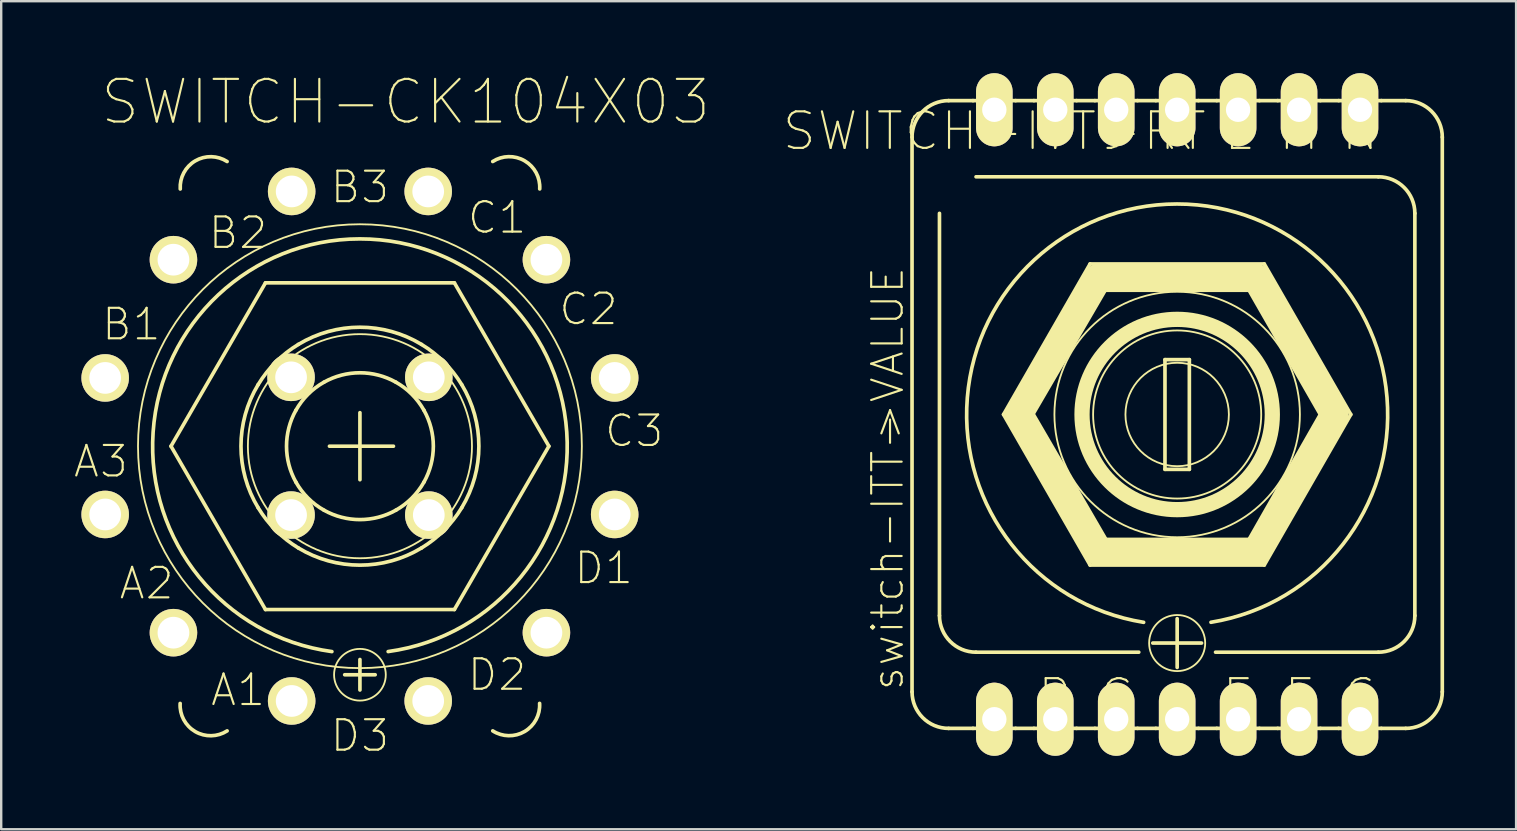
<source format=kicad_pcb>
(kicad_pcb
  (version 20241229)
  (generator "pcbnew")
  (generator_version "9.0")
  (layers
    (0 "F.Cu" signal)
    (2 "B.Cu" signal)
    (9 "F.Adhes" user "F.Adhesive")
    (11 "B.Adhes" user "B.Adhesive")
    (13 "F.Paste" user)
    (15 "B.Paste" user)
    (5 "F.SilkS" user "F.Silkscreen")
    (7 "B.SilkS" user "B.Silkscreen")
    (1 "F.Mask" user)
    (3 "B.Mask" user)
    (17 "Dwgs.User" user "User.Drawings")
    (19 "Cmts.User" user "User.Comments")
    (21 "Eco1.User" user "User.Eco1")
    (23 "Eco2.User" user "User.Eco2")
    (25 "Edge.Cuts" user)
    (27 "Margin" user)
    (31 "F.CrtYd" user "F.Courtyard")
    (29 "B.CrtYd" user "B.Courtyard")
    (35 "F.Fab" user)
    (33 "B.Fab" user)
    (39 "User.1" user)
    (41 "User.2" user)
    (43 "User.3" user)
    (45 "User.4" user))
  (footprint "SWITCH-ITT-RT"
    (layer "F.Cu")
    (at 46.008 14.224)
    (property "Reference" "SWITCH-ITT-RT" (at -7.62 -11.811 0) (layer "F.SilkS") (effects (font (size 1.524 1.524) (thickness 0.089))))
    (attr exclude_from_pos_files exclude_from_bom)
    (fp_line (start -11.049 11.557) (end -11.049 -11.557) (stroke (width 0.152) (type solid)) (layer "F.SilkS"))
    (fp_line (start -9.906 8.382) (end -9.906 -8.382) (stroke (width 0.152) (type solid)) (layer "F.SilkS"))
    (fp_line (start -8.509 -13.081) (end -9.525 -13.081) (stroke (width 0.152) (type solid)) (layer "F.SilkS"))
    (fp_line (start -8.509 13.081) (end -9.525 13.081) (stroke (width 0.152) (type solid)) (layer "F.SilkS"))
    (fp_line (start -8.382 -9.906) (end 8.382 -9.906) (stroke (width 0.152) (type solid)) (layer "F.SilkS"))
    (fp_line (start -7.236 0) (end -3.63 6.274) (stroke (width 0.152) (type solid)) (layer "F.SilkS"))
    (fp_line (start -6.731 -13.081) (end -8.509 -13.081) (stroke (width 0.152) (type solid)) (layer "F.SilkS"))
    (fp_line (start -6.731 -13.081) (end -5.969 -13.081) (stroke (width 0.152) (type solid)) (layer "F.SilkS"))
    (fp_line (start -6.731 13.081) (end -8.509 13.081) (stroke (width 0.152) (type solid)) (layer "F.SilkS"))
    (fp_line (start -6.604 0) (end -3.289 -5.687) (stroke (width 1.168) (type solid)) (layer "F.SilkS"))
    (fp_line (start -5.969 13.081) (end -6.731 13.081) (stroke (width 0.152) (type solid)) (layer "F.SilkS"))
    (fp_line (start -4.191 -13.081) (end -5.969 -13.081) (stroke (width 0.152) (type solid)) (layer "F.SilkS"))
    (fp_line (start -4.191 -13.081) (end -3.429 -13.081) (stroke (width 0.152) (type solid)) (layer "F.SilkS"))
    (fp_line (start -4.191 13.081) (end -5.969 13.081) (stroke (width 0.152) (type solid)) (layer "F.SilkS"))
    (fp_line (start -3.63 -6.274) (end -7.236 0) (stroke (width 0.152) (type solid)) (layer "F.SilkS"))
    (fp_line (start -3.63 6.274) (end 3.63 6.274) (stroke (width 0.152) (type solid)) (layer "F.SilkS"))
    (fp_line (start -3.429 13.081) (end -4.191 13.081) (stroke (width 0.152) (type solid)) (layer "F.SilkS"))
    (fp_line (start -3.289 -5.687) (end 3.289 -5.687) (stroke (width 1.168) (type solid)) (layer "F.SilkS"))
    (fp_line (start -3.261 5.715) (end -6.469 0.188) (stroke (width 1.168) (type solid)) (layer "F.SilkS"))
    (fp_line (start -1.651 -13.081) (end -3.429 -13.081) (stroke (width 0.152) (type solid)) (layer "F.SilkS"))
    (fp_line (start -1.651 -13.081) (end -0.889 -13.081) (stroke (width 0.152) (type solid)) (layer "F.SilkS"))
    (fp_line (start -1.651 13.081) (end -3.429 13.081) (stroke (width 0.152) (type solid)) (layer "F.SilkS"))
    (fp_line (start -1.6 9.906) (end -8.382 9.906) (stroke (width 0.152) (type solid)) (layer "F.SilkS"))
    (fp_line (start -1.016 9.525) (end 1.016 9.525) (stroke (width 0.152) (type solid)) (layer "F.SilkS"))
    (fp_line (start -0.889 13.081) (end -1.651 13.081) (stroke (width 0.152) (type solid)) (layer "F.SilkS"))
    (fp_line (start -0.508 -2.286) (end 0.508 -2.286) (stroke (width 0.066) (type solid)) (layer "F.SilkS"))
    (fp_line (start -0.508 -2.286) (end 0.508 -2.286) (stroke (width 0.152) (type solid)) (layer "F.SilkS"))
    (fp_line (start -0.508 2.286) (end -0.508 -2.286) (stroke (width 0.066) (type solid)) (layer "F.SilkS"))
    (fp_line (start -0.508 2.286) (end -0.508 -2.286) (stroke (width 0.152) (type solid)) (layer "F.SilkS"))
    (fp_line (start -0.508 2.286) (end 0.508 2.286) (stroke (width 0.066) (type solid)) (layer "F.SilkS"))
    (fp_line (start 0 10.541) (end 0 8.509) (stroke (width 0.152) (type solid)) (layer "F.SilkS"))
    (fp_line (start 0.508 -2.286) (end 0.508 2.286) (stroke (width 0.152) (type solid)) (layer "F.SilkS"))
    (fp_line (start 0.508 2.286) (end -0.508 2.286) (stroke (width 0.152) (type solid)) (layer "F.SilkS"))
    (fp_line (start 0.508 2.286) (end 0.508 -2.286) (stroke (width 0.066) (type solid)) (layer "F.SilkS"))
    (fp_line (start 0.889 -13.081) (end -0.889 -13.081) (stroke (width 0.152) (type solid)) (layer "F.SilkS"))
    (fp_line (start 0.889 -13.081) (end 1.651 -13.081) (stroke (width 0.152) (type solid)) (layer "F.SilkS"))
    (fp_line (start 0.889 13.081) (end -0.889 13.081) (stroke (width 0.152) (type solid)) (layer "F.SilkS"))
    (fp_line (start 1.651 13.081) (end 0.889 13.081) (stroke (width 0.152) (type solid)) (layer "F.SilkS"))
    (fp_line (start 3.289 -5.687) (end 6.551 0) (stroke (width 1.168) (type solid)) (layer "F.SilkS"))
    (fp_line (start 3.289 5.715) (end -3.261 5.715) (stroke (width 1.168) (type solid)) (layer "F.SilkS"))
    (fp_line (start 3.429 -13.081) (end 1.651 -13.081) (stroke (width 0.152) (type solid)) (layer "F.SilkS"))
    (fp_line (start 3.429 -13.081) (end 4.191 -13.081) (stroke (width 0.152) (type solid)) (layer "F.SilkS"))
    (fp_line (start 3.429 13.081) (end 1.651 13.081) (stroke (width 0.152) (type solid)) (layer "F.SilkS"))
    (fp_line (start 3.63 -6.274) (end -3.63 -6.274) (stroke (width 0.152) (type solid)) (layer "F.SilkS"))
    (fp_line (start 3.63 6.274) (end 7.236 0) (stroke (width 0.152) (type solid)) (layer "F.SilkS"))
    (fp_line (start 4.191 13.081) (end 3.429 13.081) (stroke (width 0.152) (type solid)) (layer "F.SilkS"))
    (fp_line (start 5.969 -13.081) (end 4.191 -13.081) (stroke (width 0.152) (type solid)) (layer "F.SilkS"))
    (fp_line (start 5.969 -13.081) (end 6.731 -13.081) (stroke (width 0.152) (type solid)) (layer "F.SilkS"))
    (fp_line (start 5.969 13.081) (end 4.191 13.081) (stroke (width 0.152) (type solid)) (layer "F.SilkS"))
    (fp_line (start 5.969 13.081) (end 6.731 13.081) (stroke (width 0.152) (type solid)) (layer "F.SilkS"))
    (fp_line (start 6.551 0) (end 3.289 5.715) (stroke (width 1.168) (type solid)) (layer "F.SilkS"))
    (fp_line (start 7.236 0) (end 3.63 -6.274) (stroke (width 0.152) (type solid)) (layer "F.SilkS"))
    (fp_line (start 8.382 9.906) (end 1.6 9.906) (stroke (width 0.152) (type solid)) (layer "F.SilkS"))
    (fp_line (start 8.509 -13.081) (end 6.731 -13.081) (stroke (width 0.152) (type solid)) (layer "F.SilkS"))
    (fp_line (start 8.509 -13.081) (end 9.525 -13.081) (stroke (width 0.152) (type solid)) (layer "F.SilkS"))
    (fp_line (start 8.509 13.081) (end 6.731 13.081) (stroke (width 0.152) (type solid)) (layer "F.SilkS"))
    (fp_line (start 8.509 13.081) (end 9.525 13.081) (stroke (width 0.152) (type solid)) (layer "F.SilkS"))
    (fp_line (start 9.906 -8.382) (end 9.906 8.382) (stroke (width 0.152) (type solid)) (layer "F.SilkS"))
    (fp_line (start 11.049 -11.557) (end 11.049 11.557) (stroke (width 0.152) (type solid)) (layer "F.SilkS"))
    (fp_arc (start -11.049 -11.557) (mid -10.602631 -12.634631) (end -9.525 -13.081) (stroke (width 0.1524) (type solid)) (layer "F.SilkS"))
    (fp_arc (start -9.525 13.081) (mid -10.602631 12.634631) (end -11.049 11.557) (stroke (width 0.1524) (type solid)) (layer "F.SilkS"))
    (fp_arc (start -8.382 9.906) (mid -9.459631 9.459631) (end -9.906 8.382) (stroke (width 0.1524) (type solid)) (layer "F.SilkS"))
    (fp_arc (start -1.397 8.6614) (mid -0.005766 -8.773336) (end 1.408383 8.659556) (stroke (width 0.1524) (type solid)) (layer "F.SilkS"))
    (fp_arc (start 8.382 -9.906) (mid 9.459631 -9.459631) (end 9.906 -8.382) (stroke (width 0.1524) (type solid)) (layer "F.SilkS"))
    (fp_arc (start 9.525 -13.081) (mid 10.602631 -12.634631) (end 11.049 -11.557) (stroke (width 0.1524) (type solid)) (layer "F.SilkS"))
    (fp_arc (start 9.906 8.382) (mid 9.459631 9.459631) (end 8.382 9.906) (stroke (width 0.1524) (type solid)) (layer "F.SilkS"))
    (fp_arc (start 11.049 11.557) (mid 10.602631 12.634631) (end 9.525 13.081) (stroke (width 0.1524) (type solid)) (layer "F.SilkS"))
    (fp_circle (center 0 0) (end -3.617 3.617) (stroke (width 0.076) (type solid)) (fill no) (layer "F.SilkS"))
    (fp_circle (center 0 0) (end -2.804 2.804) (stroke (width 0.635) (type solid)) (fill no) (layer "F.SilkS"))
    (fp_circle (center 0 0) (end -2.477 2.477) (stroke (width 0.076) (type solid)) (fill no) (layer "F.SilkS"))
    (fp_circle (center 0 0) (end -1.524 1.524) (stroke (width 0.076) (type solid)) (fill no) (layer "F.SilkS"))
    (fp_circle (center 0 9.525) (end -0.826 10.351) (stroke (width 0.076) (type solid)) (fill no) (layer "F.SilkS"))
    (fp_text user "C" (at -2.54 11.811 0) (layer "F.SilkS") (effects (font (size 1.524 1.524) (thickness 0.089))))
    (fp_text user "K" (at 0 -11.811 0) (layer "F.SilkS") (effects (font (size 1.524 1.524) (thickness 0.089))))
    (fp_text user "N" (at 7.62 -11.811 0) (layer "F.SilkS") (effects (font (size 1.524 1.524) (thickness 0.089))))
    (fp_text user "E" (at 2.54 11.811 0) (layer "F.SilkS") (effects (font (size 1.524 1.524) (thickness 0.089))))
    (fp_text user "M" (at 5.08 -11.811 0) (layer "F.SilkS") (effects (font (size 1.524 1.524) (thickness 0.089))))
    (fp_text user "J" (at -2.54 -11.811 0) (layer "F.SilkS") (effects (font (size 1.524 1.524) (thickness 0.089))))
    (fp_text user "B" (at -5.08 11.811 0) (layer "F.SilkS") (effects (font (size 1.524 1.524) (thickness 0.089))))
    (fp_text user "F" (at 5.08 11.811 0) (layer "F.SilkS") (effects (font (size 1.524 1.524) (thickness 0.089))))
    (fp_text user "L" (at 2.54 -11.811 0) (layer "F.SilkS") (effects (font (size 1.524 1.524) (thickness 0.089))))
    (fp_text user "I" (at -5.08 -11.811 0) (layer "F.SilkS") (effects (font (size 1.524 1.524) (thickness 0.089))))
    (fp_text user ">VALUE" (at -12.065 -2.54 90) (layer "F.SilkS") (effects (font (size 1.27 1.27) (thickness 0.089))))
    (fp_text user "G" (at 7.62 11.811 0) (layer "F.SilkS") (effects (font (size 1.524 1.524) (thickness 0.089))))
    (fp_text user "switch-ITT-\n" (at -12.065 5.715 90) (layer "F.SilkS") (effects (font (size 1.27 1.27) (thickness 0.089))))
    (pad "A" thru_hole oval (at -7.62 12.7) (size 1.524 3.048) (drill 1.016) (layers "*.Cu" "F.Mask" "F.SilkS" "F.Paste"))
    (pad "B" thru_hole oval (at -5.08 12.7) (size 1.524 3.048) (drill 1.016) (layers "*.Cu" "F.Mask" "F.SilkS" "F.Paste"))
    (pad "C" thru_hole oval (at -2.54 12.7) (size 1.524 3.048) (drill 1.016) (layers "*.Cu" "F.Mask" "F.SilkS" "F.Paste"))
    (pad "D" thru_hole oval (at 0 12.7) (size 1.524 3.048) (drill 1.016) (layers "*.Cu" "F.Mask" "F.SilkS" "F.Paste"))
    (pad "E" thru_hole oval (at 2.54 12.7) (size 1.524 3.048) (drill 1.016) (layers "*.Cu" "F.Mask" "F.SilkS" "F.Paste"))
    (pad "F" thru_hole oval (at 5.08 12.7) (size 1.524 3.048) (drill 1.016) (layers "*.Cu" "F.Mask" "F.SilkS" "F.Paste"))
    (pad "G" thru_hole oval (at 7.62 12.7) (size 1.524 3.048) (drill 1.016) (layers "*.Cu" "F.Mask" "F.SilkS" "F.Paste"))
    (pad "H" thru_hole oval (at -7.62 -12.7) (size 1.524 3.048) (drill 1.016) (layers "*.Cu" "F.Mask" "F.SilkS" "F.Paste"))
    (pad "I" thru_hole oval (at -5.08 -12.7) (size 1.524 3.048) (drill 1.016) (layers "*.Cu" "F.Mask" "F.SilkS" "F.Paste"))
    (pad "J" thru_hole oval (at -2.54 -12.7) (size 1.524 3.048) (drill 1.016) (layers "*.Cu" "F.Mask" "F.SilkS" "F.Paste"))
    (pad "K" thru_hole oval (at 0 -12.7) (size 1.524 3.048) (drill 1.016) (layers "*.Cu" "F.Mask" "F.SilkS" "F.Paste"))
    (pad "L" thru_hole oval (at 2.54 -12.7) (size 1.524 3.048) (drill 1.016) (layers "*.Cu" "F.Mask" "F.SilkS" "F.Paste"))
    (pad "M" thru_hole oval (at 5.08 -12.7) (size 1.524 3.048) (drill 1.016) (layers "*.Cu" "F.Mask" "F.SilkS" "F.Paste"))
    (pad "N" thru_hole oval (at 7.62 -12.7) (size 1.524 3.048) (drill 1.016) (layers "*.Cu" "F.Mask" "F.SilkS" "F.Paste")))
  (footprint "SWITCH-CK104X03"
    (layer "F.Cu")
    (at 11.95 15.545)
    (property "Reference" "SWITCH-CK104X03" (at 1.905 -14.348 0) (layer "F.SilkS") (effects (font (size 1.778 1.778) (thickness 0.089))))
    (attr exclude_from_pos_files exclude_from_bom)
    (fp_line (start -7.874 0) (end -3.937 -6.807) (stroke (width 0.152) (type solid)) (layer "F.SilkS"))
    (fp_line (start -3.937 -6.807) (end 3.937 -6.807) (stroke (width 0.152) (type solid)) (layer "F.SilkS"))
    (fp_line (start -3.937 6.807) (end -7.874 0) (stroke (width 0.152) (type solid)) (layer "F.SilkS"))
    (fp_line (start -1.27 0) (end 1.397 0) (stroke (width 0.152) (type solid)) (layer "F.SilkS"))
    (fp_line (start -0.635 9.525) (end 0.635 9.525) (stroke (width 0.152) (type solid)) (layer "F.SilkS"))
    (fp_line (start 0 1.397) (end 0 -1.397) (stroke (width 0.152) (type solid)) (layer "F.SilkS"))
    (fp_line (start 0 8.89) (end 0 10.16) (stroke (width 0.152) (type solid)) (layer "F.SilkS"))
    (fp_line (start 3.937 -6.807) (end 7.874 0) (stroke (width 0.152) (type solid)) (layer "F.SilkS"))
    (fp_line (start 3.937 6.807) (end -3.937 6.807) (stroke (width 0.152) (type solid)) (layer "F.SilkS"))
    (fp_line (start 7.874 0) (end 3.937 6.807) (stroke (width 0.152) (type solid)) (layer "F.SilkS"))
    (fp_arc (start -7.48792 -10.7188) (mid -6.862814 -11.890282) (end -5.535246 -11.863992) (stroke (width 0.1524) (type solid)) (layer "F.SilkS"))
    (fp_arc (start -5.53466 11.86434) (mid -6.864248 11.893227) (end -7.492583 10.721121) (stroke (width 0.1524) (type solid)) (layer "F.SilkS"))
    (fp_arc (start -4.2418 -2.5654) (mid -3.507424 -3.503159) (end -2.570559 -4.238676) (stroke (width 0.1524) (type solid)) (layer "F.SilkS"))
    (fp_arc (start -4.2418 2.5654) (mid -4.957231 0.001311) (end -4.243156 -2.563157) (stroke (width 0.1524) (type solid)) (layer "F.SilkS"))
    (fp_arc (start -2.667 -1.4986) (mid -2.163865 -2.162494) (end -1.50029 -2.666049) (stroke (width 0.1524) (type solid)) (layer "F.SilkS"))
    (fp_arc (start -2.667 1.4986) (mid -3.059197 0.0017) (end -2.668664 -1.495635) (stroke (width 0.1524) (type solid)) (layer "F.SilkS"))
    (fp_arc (start -2.5654 -4.2418) (mid -0.001311 -4.957231) (end 2.563157 -4.243156) (stroke (width 0.1524) (type solid)) (layer "F.SilkS"))
    (fp_arc (start -2.5654 4.2418) (mid -3.503159 3.507424) (end -4.238676 2.570559) (stroke (width 0.1524) (type solid)) (layer "F.SilkS"))
    (fp_arc (start -1.4986 -2.667) (mid -0.0017 -3.059197) (end 1.495635 -2.668664) (stroke (width 0.1524) (type solid)) (layer "F.SilkS"))
    (fp_arc (start -1.4986 2.667) (mid -2.162494 2.163865) (end -2.666049 1.50029) (stroke (width 0.1524) (type solid)) (layer "F.SilkS"))
    (fp_arc (start -1.1684 8.5598) (mid -0.004109 -8.639173) (end 1.176541 8.558685) (stroke (width 0.1524) (type solid)) (layer "F.SilkS"))
    (fp_arc (start 1.4986 -2.667) (mid 2.162494 -2.163865) (end 2.666049 -1.50029) (stroke (width 0.1524) (type solid)) (layer "F.SilkS"))
    (fp_arc (start 1.4986 2.667) (mid 0.0017 3.059197) (end -1.495635 2.668664) (stroke (width 0.1524) (type solid)) (layer "F.SilkS"))
    (fp_arc (start 2.5654 -4.2418) (mid 3.503159 -3.507424) (end 4.238676 -2.570559) (stroke (width 0.1524) (type solid)) (layer "F.SilkS"))
    (fp_arc (start 2.5654 4.2418) (mid 0.001311 4.957231) (end -2.563157 4.243156) (stroke (width 0.1524) (type solid)) (layer "F.SilkS"))
    (fp_arc (start 2.667 -1.4986) (mid 3.059197 -0.0017) (end 2.668664 1.495635) (stroke (width 0.1524) (type solid)) (layer "F.SilkS"))
    (fp_arc (start 2.667 1.4986) (mid 2.163865 2.162494) (end 1.50029 2.666049) (stroke (width 0.1524) (type solid)) (layer "F.SilkS"))
    (fp_arc (start 4.2418 -2.5654) (mid 4.957231 -0.001311) (end 4.243156 2.563157) (stroke (width 0.1524) (type solid)) (layer "F.SilkS"))
    (fp_arc (start 4.2418 2.5654) (mid 3.507424 3.503159) (end 2.570559 4.238676) (stroke (width 0.1524) (type solid)) (layer "F.SilkS"))
    (fp_arc (start 5.53466 -11.86434) (mid 6.864248 -11.893227) (end 7.492583 -10.721121) (stroke (width 0.1524) (type solid)) (layer "F.SilkS"))
    (fp_arc (start 7.48792 10.7188) (mid 6.862814 11.890282) (end 5.535246 11.863992) (stroke (width 0.1524) (type solid)) (layer "F.SilkS"))
    (fp_circle (center 0 0) (end -6.54 6.54) (stroke (width 0.076) (type solid)) (fill no) (layer "F.SilkS"))
    (fp_circle (center 0 0) (end -3.302 3.302) (stroke (width 0.076) (type solid)) (fill no) (layer "F.SilkS"))
    (fp_circle (center 0 9.525) (end -0.762 10.287) (stroke (width 0.076) (type solid)) (fill no) (layer "F.SilkS"))
    (fp_text user "C3" (at 11.43 -0.635 0) (layer "F.SilkS") (effects (font (size 1.27 1.27) (thickness 0.089))))
    (fp_text user "A2" (at -8.89 5.715 0) (layer "F.SilkS") (effects (font (size 1.27 1.27) (thickness 0.089))))
    (fp_text user "C2" (at 9.525 -5.715 0) (layer "F.SilkS") (effects (font (size 1.27 1.27) (thickness 0.089))))
    (fp_text user "C1" (at 5.715 -9.525 0) (layer "F.SilkS") (effects (font (size 1.27 1.27) (thickness 0.089))))
    (fp_text user "D2" (at 5.715 9.525 0) (layer "F.SilkS") (effects (font (size 1.27 1.27) (thickness 0.089))))
    (fp_text user "D3" (at 0 12.065 0) (layer "F.SilkS") (effects (font (size 1.27 1.27) (thickness 0.089))))
    (fp_text user "B1" (at -9.525 -5.08 0) (layer "F.SilkS") (effects (font (size 1.27 1.27) (thickness 0.089))))
    (fp_text user "B3" (at 0 -10.795 0) (layer "F.SilkS") (effects (font (size 1.27 1.27) (thickness 0.089))))
    (fp_text user "A3" (at -10.795 0.635 0) (layer "F.SilkS") (effects (font (size 1.27 1.27) (thickness 0.089))))
    (fp_text user "B2" (at -5.08 -8.89 0) (layer "F.SilkS") (effects (font (size 1.27 1.27) (thickness 0.089))))
    (fp_text user "D1" (at 10.16 5.08 0) (layer "F.SilkS") (effects (font (size 1.27 1.27) (thickness 0.089))))
    (fp_text user "A1" (at -5.08 10.16 0) (layer "F.SilkS") (effects (font (size 1.27 1.27) (thickness 0.089))))
    (pad "A" thru_hole circle (at -2.87 2.87) (size 1.981 1.981) (drill 1.321) (layers "*.Cu" "F.Mask" "F.SilkS" "F.Paste"))
    (pad "A1" thru_hole circle (at -2.845 10.617) (size 1.981 1.981) (drill 1.321) (layers "*.Cu" "F.Mask" "F.SilkS" "F.Paste"))
    (pad "A2" thru_hole circle (at -7.772 7.772) (size 1.981 1.981) (drill 1.321) (layers "*.Cu" "F.Mask" "F.SilkS" "F.Paste"))
    (pad "A3" thru_hole circle (at -10.617 2.845) (size 1.981 1.981) (drill 1.321) (layers "*.Cu" "F.Mask" "F.SilkS" "F.Paste"))
    (pad "B" thru_hole circle (at -2.87 -2.87) (size 1.981 1.981) (drill 1.321) (layers "*.Cu" "F.Mask" "F.SilkS" "F.Paste"))
    (pad "B1" thru_hole circle (at -10.617 -2.845) (size 1.981 1.981) (drill 1.321) (layers "*.Cu" "F.Mask" "F.SilkS" "F.Paste"))
    (pad "B2" thru_hole circle (at -7.772 -7.772) (size 1.981 1.981) (drill 1.321) (layers "*.Cu" "F.Mask" "F.SilkS" "F.Paste"))
    (pad "B3" thru_hole circle (at -2.845 -10.617) (size 1.981 1.981) (drill 1.321) (layers "*.Cu" "F.Mask" "F.SilkS" "F.Paste"))
    (pad "C" thru_hole circle (at 2.87 -2.87) (size 1.981 1.981) (drill 1.321) (layers "*.Cu" "F.Mask" "F.SilkS" "F.Paste"))
    (pad "C1" thru_hole circle (at 2.845 -10.617) (size 1.981 1.981) (drill 1.321) (layers "*.Cu" "F.Mask" "F.SilkS" "F.Paste"))
    (pad "C2" thru_hole circle (at 7.772 -7.772) (size 1.981 1.981) (drill 1.321) (layers "*.Cu" "F.Mask" "F.SilkS" "F.Paste"))
    (pad "C3" thru_hole circle (at 10.617 -2.845) (size 1.981 1.981) (drill 1.321) (layers "*.Cu" "F.Mask" "F.SilkS" "F.Paste"))
    (pad "D" thru_hole circle (at 2.87 2.87) (size 1.981 1.981) (drill 1.321) (layers "*.Cu" "F.Mask" "F.SilkS" "F.Paste"))
    (pad "D1" thru_hole circle (at 10.617 2.845) (size 1.981 1.981) (drill 1.321) (layers "*.Cu" "F.Mask" "F.SilkS" "F.Paste"))
    (pad "D2" thru_hole circle (at 7.772 7.772) (size 1.981 1.981) (drill 1.321) (layers "*.Cu" "F.Mask" "F.SilkS" "F.Paste"))
    (pad "D3" thru_hole circle (at 2.845 10.617) (size 1.981 1.981) (drill 1.321) (layers "*.Cu" "F.Mask" "F.SilkS" "F.Paste")))
  (gr_rect
    (start -3 -3)
    (end 60.133 31.509)
    (stroke (width 0.1) (type default))
    (fill no)
    (layer "Edge.Cuts")))
</source>
